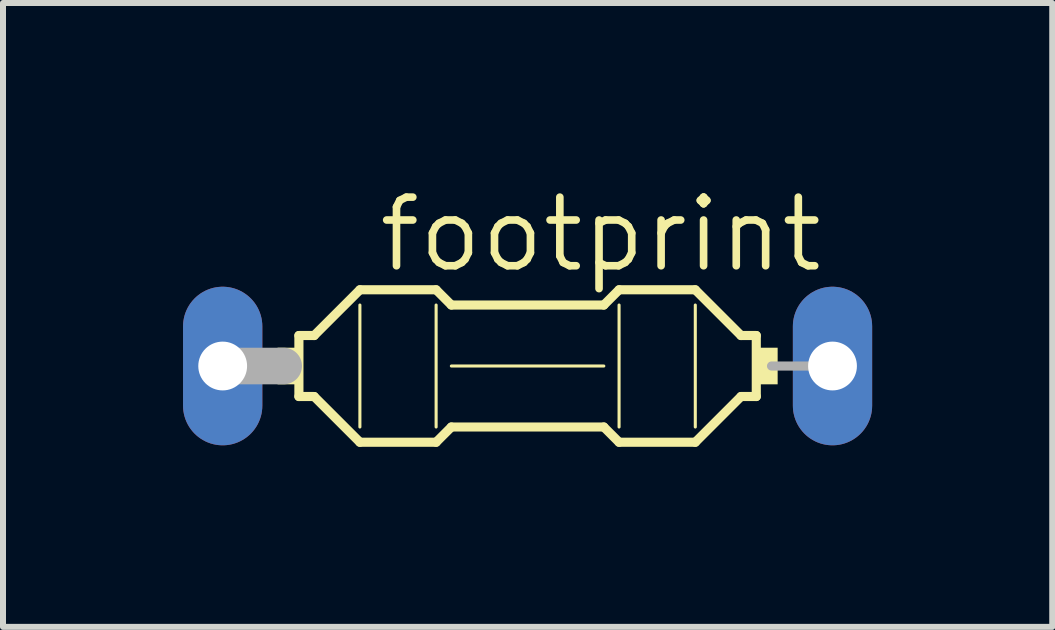
<source format=kicad_pcb>
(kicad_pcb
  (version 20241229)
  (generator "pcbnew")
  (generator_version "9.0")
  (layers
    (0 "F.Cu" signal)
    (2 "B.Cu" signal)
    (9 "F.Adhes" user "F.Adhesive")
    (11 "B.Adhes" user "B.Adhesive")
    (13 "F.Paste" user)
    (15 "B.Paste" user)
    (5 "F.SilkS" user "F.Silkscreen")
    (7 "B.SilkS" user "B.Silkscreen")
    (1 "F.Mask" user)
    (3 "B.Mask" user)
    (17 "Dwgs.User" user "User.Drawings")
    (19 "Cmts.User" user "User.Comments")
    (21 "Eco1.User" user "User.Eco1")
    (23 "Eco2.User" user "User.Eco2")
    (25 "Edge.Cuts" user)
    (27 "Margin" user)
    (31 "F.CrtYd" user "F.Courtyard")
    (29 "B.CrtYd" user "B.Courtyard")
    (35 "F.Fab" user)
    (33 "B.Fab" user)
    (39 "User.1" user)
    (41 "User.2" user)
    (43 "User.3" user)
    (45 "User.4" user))
  (footprint "footprint"
    (layer "F.Cu")
    (at 5.74 3.048)
    (property "Reference" "footprint" (at -2.54 -1.524 0) (layer "F.SilkS") (effects (font (size 1.143 1.143) (thickness 0.127)) (justify left bottom)))
    (fp_line (start -3.81 -0.508) (end -3.81 0.508) (stroke (width 0.152) (type solid)) (layer "F.SilkS"))
    (fp_line (start -3.81 0.508) (end -3.556 0.508) (stroke (width 0.152) (type solid)) (layer "F.SilkS"))
    (fp_line (start -3.556 -0.508) (end -3.81 -0.508) (stroke (width 0.152) (type solid)) (layer "F.SilkS"))
    (fp_line (start -3.556 0.508) (end -2.794 1.27) (stroke (width 0.152) (type solid)) (layer "F.SilkS"))
    (fp_line (start -2.794 -1.27) (end -3.556 -0.508) (stroke (width 0.152) (type solid)) (layer "F.SilkS"))
    (fp_line (start -2.794 -1.27) (end -1.524 -1.27) (stroke (width 0.152) (type solid)) (layer "F.SilkS"))
    (fp_line (start -2.794 -1.016) (end -2.794 1.016) (stroke (width 0.051) (type solid)) (layer "F.SilkS"))
    (fp_line (start -2.794 1.27) (end -1.524 1.27) (stroke (width 0.152) (type solid)) (layer "F.SilkS"))
    (fp_line (start -1.524 -1.016) (end -1.524 1.016) (stroke (width 0.051) (type solid)) (layer "F.SilkS"))
    (fp_line (start -1.27 -1.016) (end -1.524 -1.27) (stroke (width 0.152) (type solid)) (layer "F.SilkS"))
    (fp_line (start -1.27 0) (end 1.27 0) (stroke (width 0.051) (type solid)) (layer "F.SilkS"))
    (fp_line (start -1.27 1.016) (end -1.524 1.27) (stroke (width 0.152) (type solid)) (layer "F.SilkS"))
    (fp_line (start 1.27 -1.016) (end -1.27 -1.016) (stroke (width 0.152) (type solid)) (layer "F.SilkS"))
    (fp_line (start 1.27 -1.016) (end 1.524 -1.27) (stroke (width 0.152) (type solid)) (layer "F.SilkS"))
    (fp_line (start 1.27 1.016) (end -1.27 1.016) (stroke (width 0.152) (type solid)) (layer "F.SilkS"))
    (fp_line (start 1.27 1.016) (end 1.524 1.27) (stroke (width 0.152) (type solid)) (layer "F.SilkS"))
    (fp_line (start 1.524 -1.016) (end 1.524 1.016) (stroke (width 0.051) (type solid)) (layer "F.SilkS"))
    (fp_line (start 2.794 -1.27) (end 1.524 -1.27) (stroke (width 0.152) (type solid)) (layer "F.SilkS"))
    (fp_line (start 2.794 -1.27) (end 3.556 -0.508) (stroke (width 0.152) (type solid)) (layer "F.SilkS"))
    (fp_line (start 2.794 -1.016) (end 2.794 1.016) (stroke (width 0.051) (type solid)) (layer "F.SilkS"))
    (fp_line (start 2.794 1.27) (end 1.524 1.27) (stroke (width 0.152) (type solid)) (layer "F.SilkS"))
    (fp_line (start 2.794 1.27) (end 3.556 0.508) (stroke (width 0.152) (type solid)) (layer "F.SilkS"))
    (fp_line (start 3.81 -0.508) (end 3.556 -0.508) (stroke (width 0.152) (type solid)) (layer "F.SilkS"))
    (fp_line (start 3.81 -0.508) (end 3.81 0.508) (stroke (width 0.152) (type solid)) (layer "F.SilkS"))
    (fp_line (start 3.81 0.508) (end 3.556 0.508) (stroke (width 0.152) (type solid)) (layer "F.SilkS"))
    (fp_poly (pts (xy -4.166 0.305) (xy -3.81 0.305) (xy -3.81 -0.305) (xy -4.166 -0.305)) (stroke (width 0) (type solid)) (fill yes) (layer "F.SilkS"))
    (fp_poly (pts (xy 3.81 0.305) (xy 4.166 0.305) (xy 4.166 -0.305) (xy 3.81 -0.305)) (stroke (width 0) (type solid)) (fill yes) (layer "F.SilkS"))
    (fp_line (start -5.08 0) (end -4.064 0) (stroke (width 0.61) (type solid)) (layer "F.Fab"))
    (fp_line (start 5.08 0) (end 4.064 0) (stroke (width 0.152) (type solid)) (layer "F.Fab"))
    (pad "1" thru_hole oval (at -5.08 0 90) (size 2.642 1.321) (drill 0.813) (layers "*.Cu" "*.Mask"))
    (pad "2" thru_hole oval (at 5.08 0 90) (size 2.642 1.321) (drill 0.813) (layers "*.Cu" "*.Mask")))
  (gr_rect
    (start -3 -3)
    (end 14.481 7.394)
    (stroke (width 0.1) (type default))
    (fill no)
    (layer "Edge.Cuts")))
</source>
